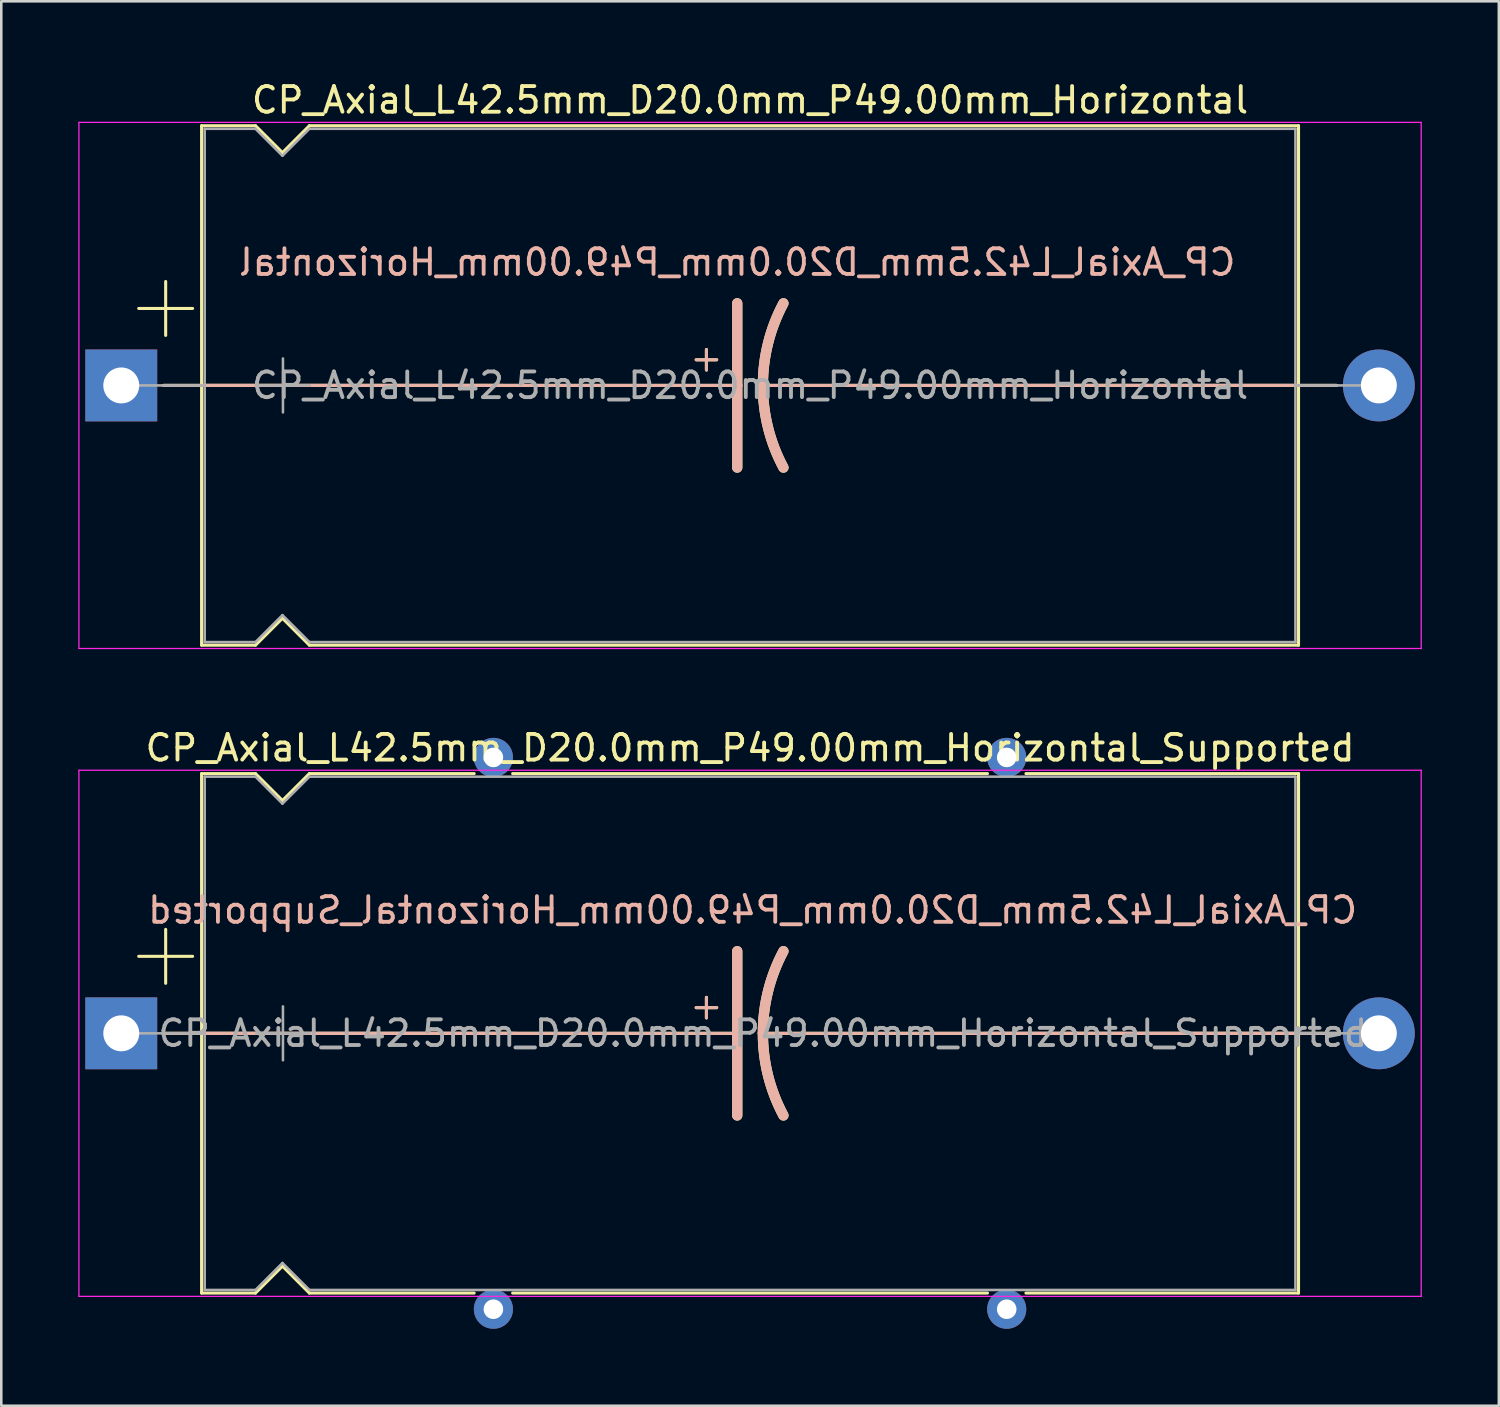
<source format=kicad_pcb>
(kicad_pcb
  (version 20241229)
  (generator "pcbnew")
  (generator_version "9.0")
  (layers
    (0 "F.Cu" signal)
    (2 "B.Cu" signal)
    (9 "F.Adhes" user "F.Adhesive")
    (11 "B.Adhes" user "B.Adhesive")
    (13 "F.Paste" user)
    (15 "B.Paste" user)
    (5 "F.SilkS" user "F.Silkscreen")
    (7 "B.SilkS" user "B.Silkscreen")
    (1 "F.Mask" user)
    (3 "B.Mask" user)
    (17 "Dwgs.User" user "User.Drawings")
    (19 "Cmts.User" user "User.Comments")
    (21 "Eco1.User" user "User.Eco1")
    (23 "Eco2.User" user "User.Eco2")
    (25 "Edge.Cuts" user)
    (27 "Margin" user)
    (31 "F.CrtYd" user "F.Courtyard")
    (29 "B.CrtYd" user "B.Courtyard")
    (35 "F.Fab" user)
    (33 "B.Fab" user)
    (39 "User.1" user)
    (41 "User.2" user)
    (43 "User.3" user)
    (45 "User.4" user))
  (footprint "CP_Axial_L42.5mm_D20.0mm_P49.00mm_Horizontal"
    (layer "F.Cu")
    (at 1.675 11.968)
    (property "Reference" "CP_Axial_L42.5mm_D20.0mm_P49.00mm_Horizontal" (at 24.5 -11.12 0) (layer "F.SilkS") (effects (font (size 1 1) (thickness 0.15))))
    (fp_line (start 0.68 -3) (end 2.78 -3) (stroke (width 0.12) (type solid)) (layer "F.SilkS"))
    (fp_line (start 1.64 0) (end 3.13 0) (stroke (width 0.12) (type solid)) (layer "F.SilkS"))
    (fp_line (start 1.73 -4.05) (end 1.73 -1.95) (stroke (width 0.12) (type solid)) (layer "F.SilkS"))
    (fp_line (start 3.13 -10.12) (end 3.13 10.12) (stroke (width 0.12) (type solid)) (layer "F.SilkS"))
    (fp_line (start 3.13 -10.12) (end 5.23 -10.12) (stroke (width 0.12) (type solid)) (layer "F.SilkS"))
    (fp_line (start 3.13 0) (end 24 0) (stroke (width 0.12) (type solid)) (layer "F.SilkS"))
    (fp_line (start 3.13 10.12) (end 5.23 10.12) (stroke (width 0.12) (type solid)) (layer "F.SilkS"))
    (fp_line (start 5.23 -10.12) (end 6.28 -9.07) (stroke (width 0.12) (type solid)) (layer "F.SilkS"))
    (fp_line (start 5.23 10.12) (end 6.28 9.07) (stroke (width 0.12) (type solid)) (layer "F.SilkS"))
    (fp_line (start 6.28 -9.07) (end 7.33 -10.12) (stroke (width 0.12) (type solid)) (layer "F.SilkS"))
    (fp_line (start 6.28 9.07) (end 7.33 10.12) (stroke (width 0.12) (type solid)) (layer "F.SilkS"))
    (fp_line (start 7.33 -10.12) (end 45.87 -10.12) (stroke (width 0.12) (type solid)) (layer "F.SilkS"))
    (fp_line (start 7.33 10.12) (end 45.87 10.12) (stroke (width 0.12) (type solid)) (layer "F.SilkS"))
    (fp_line (start 22.4 -1) (end 23.2 -1) (stroke (width 0.12) (type solid)) (layer "F.SilkS"))
    (fp_line (start 22.8 -1.4) (end 22.8 -0.6) (stroke (width 0.12) (type solid)) (layer "F.SilkS"))
    (fp_line (start 24 0) (end 24 -3.2) (stroke (width 0.4) (type solid)) (layer "F.SilkS"))
    (fp_line (start 24 0) (end 24 3.2) (stroke (width 0.4) (type solid)) (layer "F.SilkS"))
    (fp_line (start 45.87 -10.12) (end 45.87 10.12) (stroke (width 0.12) (type solid)) (layer "F.SilkS"))
    (fp_line (start 45.87 0) (end 25 0) (stroke (width 0.12) (type solid)) (layer "F.SilkS"))
    (fp_line (start 47.36 0) (end 45.87 0) (stroke (width 0.12) (type solid)) (layer "F.SilkS"))
    (fp_arc (start 25 0) (mid 25.203545 -1.649114) (end 25.8 -3.2) (stroke (width 0.4) (type solid)) (layer "F.SilkS"))
    (fp_arc (start 25.8 3.2) (mid 25.200704 1.649824) (end 25 0) (stroke (width 0.4) (type solid)) (layer "F.SilkS"))
    (fp_line (start 1.65 0) (end 14.88 0) (stroke (width 0.12) (type solid)) (layer "B.SilkS"))
    (fp_line (start 3.13 0) (end 24 0) (stroke (width 0.12) (type solid)) (layer "B.SilkS"))
    (fp_line (start 22.4 -1) (end 23.2 -1) (stroke (width 0.12) (type solid)) (layer "B.SilkS"))
    (fp_line (start 22.8 -0.6) (end 22.8 -1.4) (stroke (width 0.12) (type solid)) (layer "B.SilkS"))
    (fp_line (start 24 0) (end 24 -3.2) (stroke (width 0.4) (type solid)) (layer "B.SilkS"))
    (fp_line (start 24 0) (end 24 3.2) (stroke (width 0.4) (type solid)) (layer "B.SilkS"))
    (fp_line (start 45.87 0) (end 25 0) (stroke (width 0.12) (type solid)) (layer "B.SilkS"))
    (fp_line (start 47.35 0) (end 33.12 0) (stroke (width 0.12) (type solid)) (layer "B.SilkS"))
    (fp_arc (start 25 0) (mid 25.200703 -1.649824) (end 25.8 -3.2) (stroke (width 0.4) (type solid)) (layer "B.SilkS"))
    (fp_arc (start 25.8 3.2) (mid 25.203544 1.649114) (end 25 0) (stroke (width 0.4) (type solid)) (layer "B.SilkS"))
    (fp_line (start -1.65 -10.25) (end -1.65 10.25) (stroke (width 0.05) (type solid)) (layer "F.CrtYd"))
    (fp_line (start -1.65 10.25) (end 50.65 10.25) (stroke (width 0.05) (type solid)) (layer "F.CrtYd"))
    (fp_line (start 50.65 -10.25) (end -1.65 -10.25) (stroke (width 0.05) (type solid)) (layer "F.CrtYd"))
    (fp_line (start 50.65 10.25) (end 50.65 -10.25) (stroke (width 0.05) (type solid)) (layer "F.CrtYd"))
    (fp_line (start 0 0) (end 3.25 0) (stroke (width 0.1) (type solid)) (layer "F.Fab"))
    (fp_line (start 3.25 -10) (end 3.25 10) (stroke (width 0.1) (type solid)) (layer "F.Fab"))
    (fp_line (start 3.25 -10) (end 5.23 -10) (stroke (width 0.1) (type solid)) (layer "F.Fab"))
    (fp_line (start 3.25 10) (end 5.23 10) (stroke (width 0.1) (type solid)) (layer "F.Fab"))
    (fp_line (start 5.23 -10) (end 6.28 -8.95) (stroke (width 0.1) (type solid)) (layer "F.Fab"))
    (fp_line (start 5.23 10) (end 6.28 8.95) (stroke (width 0.1) (type solid)) (layer "F.Fab"))
    (fp_line (start 5.25 0) (end 7.35 0) (stroke (width 0.1) (type solid)) (layer "F.Fab"))
    (fp_line (start 6.28 -8.95) (end 7.33 -10) (stroke (width 0.1) (type solid)) (layer "F.Fab"))
    (fp_line (start 6.28 8.95) (end 7.33 10) (stroke (width 0.1) (type solid)) (layer "F.Fab"))
    (fp_line (start 6.3 -1.05) (end 6.3 1.05) (stroke (width 0.1) (type solid)) (layer "F.Fab"))
    (fp_line (start 7.33 -10) (end 45.75 -10) (stroke (width 0.1) (type solid)) (layer "F.Fab"))
    (fp_line (start 7.33 10) (end 45.75 10) (stroke (width 0.1) (type solid)) (layer "F.Fab"))
    (fp_line (start 45.75 -10) (end 45.75 10) (stroke (width 0.1) (type solid)) (layer "F.Fab"))
    (fp_line (start 49 0) (end 45.75 0) (stroke (width 0.1) (type solid)) (layer "F.Fab"))
    (fp_text user "${REFERENCE}" (at 24 -4.8 0) (layer "B.SilkS") (effects (font (size 1 1) (thickness 0.15)) (justify mirror)))
    (fp_text user "${REFERENCE}" (at 24.5 0 0) (layer "F.Fab") (effects (font (size 1 1) (thickness 0.15))))
    (pad "1" thru_hole rect (at 0 0) (size 2.8 2.8) (drill 1.4) (layers "*.Cu" "*.Mask"))
    (pad "2" thru_hole oval (at 49 0) (size 2.8 2.8) (drill 1.4) (layers "*.Cu" "*.Mask")))
  (footprint "CP_Axial_L42.5mm_D20.0mm_P49.00mm_Horizontal_Supported"
    (layer "F.Cu")
    (at 1.675 37.212)
    (property "Reference" "CP_Axial_L42.5mm_D20.0mm_P49.00mm_Horizontal_Supported" (at 24.5 -11.12 0) (layer "F.SilkS") (effects (font (size 1 1) (thickness 0.15))))
    (fp_line (start 0.68 -3) (end 2.78 -3) (stroke (width 0.12) (type solid)) (layer "F.SilkS"))
    (fp_line (start 1.64 0) (end 3.13 0) (stroke (width 0.12) (type solid)) (layer "F.SilkS"))
    (fp_line (start 1.73 -4.05) (end 1.73 -1.95) (stroke (width 0.12) (type solid)) (layer "F.SilkS"))
    (fp_line (start 3.13 -10.12) (end 3.13 10.12) (stroke (width 0.12) (type solid)) (layer "F.SilkS"))
    (fp_line (start 3.13 -10.12) (end 5.23 -10.12) (stroke (width 0.12) (type solid)) (layer "F.SilkS"))
    (fp_line (start 3.13 0) (end 24 0) (stroke (width 0.12) (type solid)) (layer "F.SilkS"))
    (fp_line (start 3.13 10.12) (end 5.23 10.12) (stroke (width 0.12) (type solid)) (layer "F.SilkS"))
    (fp_line (start 5.23 -10.12) (end 6.28 -9.07) (stroke (width 0.12) (type solid)) (layer "F.SilkS"))
    (fp_line (start 5.23 10.12) (end 6.28 9.07) (stroke (width 0.12) (type solid)) (layer "F.SilkS"))
    (fp_line (start 6.28 -9.07) (end 7.33 -10.12) (stroke (width 0.12) (type solid)) (layer "F.SilkS"))
    (fp_line (start 6.28 9.07) (end 7.33 10.12) (stroke (width 0.12) (type solid)) (layer "F.SilkS"))
    (fp_line (start 7.33 -10.12) (end 13.75 -10.12) (stroke (width 0.12) (type solid)) (layer "F.SilkS"))
    (fp_line (start 7.33 10.12) (end 13.75 10.12) (stroke (width 0.12) (type solid)) (layer "F.SilkS"))
    (fp_line (start 15.25 -10.12) (end 33.75 -10.12) (stroke (width 0.12) (type solid)) (layer "F.SilkS"))
    (fp_line (start 15.25 10.12) (end 33.75 10.12) (stroke (width 0.12) (type solid)) (layer "F.SilkS"))
    (fp_line (start 22.4 -1) (end 23.2 -1) (stroke (width 0.12) (type solid)) (layer "F.SilkS"))
    (fp_line (start 22.8 -1.4) (end 22.8 -0.6) (stroke (width 0.12) (type solid)) (layer "F.SilkS"))
    (fp_line (start 24 0) (end 24 -3.2) (stroke (width 0.4) (type solid)) (layer "F.SilkS"))
    (fp_line (start 24 0) (end 24 3.2) (stroke (width 0.4) (type solid)) (layer "F.SilkS"))
    (fp_line (start 35.25 -10.12) (end 45.87 -10.12) (stroke (width 0.12) (type solid)) (layer "F.SilkS"))
    (fp_line (start 35.25 10.12) (end 45.87 10.12) (stroke (width 0.12) (type solid)) (layer "F.SilkS"))
    (fp_line (start 45.87 -10.12) (end 45.87 10.12) (stroke (width 0.12) (type solid)) (layer "F.SilkS"))
    (fp_line (start 45.87 0) (end 25 0) (stroke (width 0.12) (type solid)) (layer "F.SilkS"))
    (fp_line (start 47.36 0) (end 45.87 0) (stroke (width 0.12) (type solid)) (layer "F.SilkS"))
    (fp_arc (start 25 0) (mid 25.203545 -1.649114) (end 25.8 -3.2) (stroke (width 0.4) (type solid)) (layer "F.SilkS"))
    (fp_arc (start 25.8 3.2) (mid 25.200704 1.649824) (end 25 0) (stroke (width 0.4) (type solid)) (layer "F.SilkS"))
    (fp_line (start 1.65 0) (end 15.38 0) (stroke (width 0.12) (type solid)) (layer "B.SilkS"))
    (fp_line (start 3.13 0) (end 24 0) (stroke (width 0.12) (type solid)) (layer "B.SilkS"))
    (fp_line (start 22.4 -1) (end 23.2 -1) (stroke (width 0.12) (type solid)) (layer "B.SilkS"))
    (fp_line (start 22.8 -0.6) (end 22.8 -1.4) (stroke (width 0.12) (type solid)) (layer "B.SilkS"))
    (fp_line (start 24 0) (end 24 -3.2) (stroke (width 0.4) (type solid)) (layer "B.SilkS"))
    (fp_line (start 24 0) (end 24 3.2) (stroke (width 0.4) (type solid)) (layer "B.SilkS"))
    (fp_line (start 45.87 0) (end 25 0) (stroke (width 0.12) (type solid)) (layer "B.SilkS"))
    (fp_line (start 47.35 0) (end 33.62 0) (stroke (width 0.12) (type solid)) (layer "B.SilkS"))
    (fp_arc (start 25 0) (mid 25.200703 -1.649824) (end 25.8 -3.2) (stroke (width 0.4) (type solid)) (layer "B.SilkS"))
    (fp_arc (start 25.8 3.2) (mid 25.203544 1.649114) (end 25 0) (stroke (width 0.4) (type solid)) (layer "B.SilkS"))
    (fp_line (start -1.65 -10.25) (end -1.65 10.25) (stroke (width 0.05) (type solid)) (layer "F.CrtYd"))
    (fp_line (start -1.65 10.25) (end 50.65 10.25) (stroke (width 0.05) (type solid)) (layer "F.CrtYd"))
    (fp_line (start 50.65 -10.25) (end -1.65 -10.25) (stroke (width 0.05) (type solid)) (layer "F.CrtYd"))
    (fp_line (start 50.65 10.25) (end 50.65 -10.25) (stroke (width 0.05) (type solid)) (layer "F.CrtYd"))
    (fp_line (start 0 0) (end 3.25 0) (stroke (width 0.1) (type solid)) (layer "F.Fab"))
    (fp_line (start 3.25 -10) (end 3.25 10) (stroke (width 0.1) (type solid)) (layer "F.Fab"))
    (fp_line (start 3.25 -10) (end 5.23 -10) (stroke (width 0.1) (type solid)) (layer "F.Fab"))
    (fp_line (start 3.25 10) (end 5.23 10) (stroke (width 0.1) (type solid)) (layer "F.Fab"))
    (fp_line (start 5.23 -10) (end 6.28 -8.95) (stroke (width 0.1) (type solid)) (layer "F.Fab"))
    (fp_line (start 5.23 10) (end 6.28 8.95) (stroke (width 0.1) (type solid)) (layer "F.Fab"))
    (fp_line (start 5.25 0) (end 7.35 0) (stroke (width 0.1) (type solid)) (layer "F.Fab"))
    (fp_line (start 6.28 -8.95) (end 7.33 -10) (stroke (width 0.1) (type solid)) (layer "F.Fab"))
    (fp_line (start 6.28 8.95) (end 7.33 10) (stroke (width 0.1) (type solid)) (layer "F.Fab"))
    (fp_line (start 6.3 -1.05) (end 6.3 1.05) (stroke (width 0.1) (type solid)) (layer "F.Fab"))
    (fp_line (start 7.33 -10) (end 45.75 -10) (stroke (width 0.1) (type solid)) (layer "F.Fab"))
    (fp_line (start 7.33 10) (end 45.75 10) (stroke (width 0.1) (type solid)) (layer "F.Fab"))
    (fp_line (start 45.75 -10) (end 45.75 10) (stroke (width 0.1) (type solid)) (layer "F.Fab"))
    (fp_line (start 49 0) (end 45.75 0) (stroke (width 0.1) (type solid)) (layer "F.Fab"))
    (fp_text user "${REFERENCE}" (at 24.6 -4.8 0) (layer "B.SilkS") (effects (font (size 1 1) (thickness 0.15)) (justify mirror)))
    (fp_text user "${REFERENCE}" (at 25 0 0) (layer "F.Fab") (effects (font (size 1 1) (thickness 0.15))))
    (pad "" thru_hole circle (at 14.5 -10.75) (size 1.524 1.524) (drill 0.762) (layers "*.Cu" "*.Mask"))
    (pad "" thru_hole circle (at 14.5 10.75) (size 1.524 1.524) (drill 0.762) (layers "*.Cu" "*.Mask"))
    (pad "" thru_hole circle (at 34.5 -10.75) (size 1.524 1.524) (drill 0.762) (layers "*.Cu" "*.Mask"))
    (pad "" thru_hole circle (at 34.5 10.75) (size 1.524 1.524) (drill 0.762) (layers "*.Cu" "*.Mask"))
    (pad "1" thru_hole rect (at 0 0) (size 2.8 2.8) (drill 1.4) (layers "*.Cu" "*.Mask"))
    (pad "2" thru_hole oval (at 49 0) (size 2.8 2.8) (drill 1.4) (layers "*.Cu" "*.Mask")))
  (gr_rect
    (start -3 -3)
    (end 55.35 51.724)
    (stroke (width 0.1) (type default))
    (fill no)
    (layer "Edge.Cuts")))
</source>
